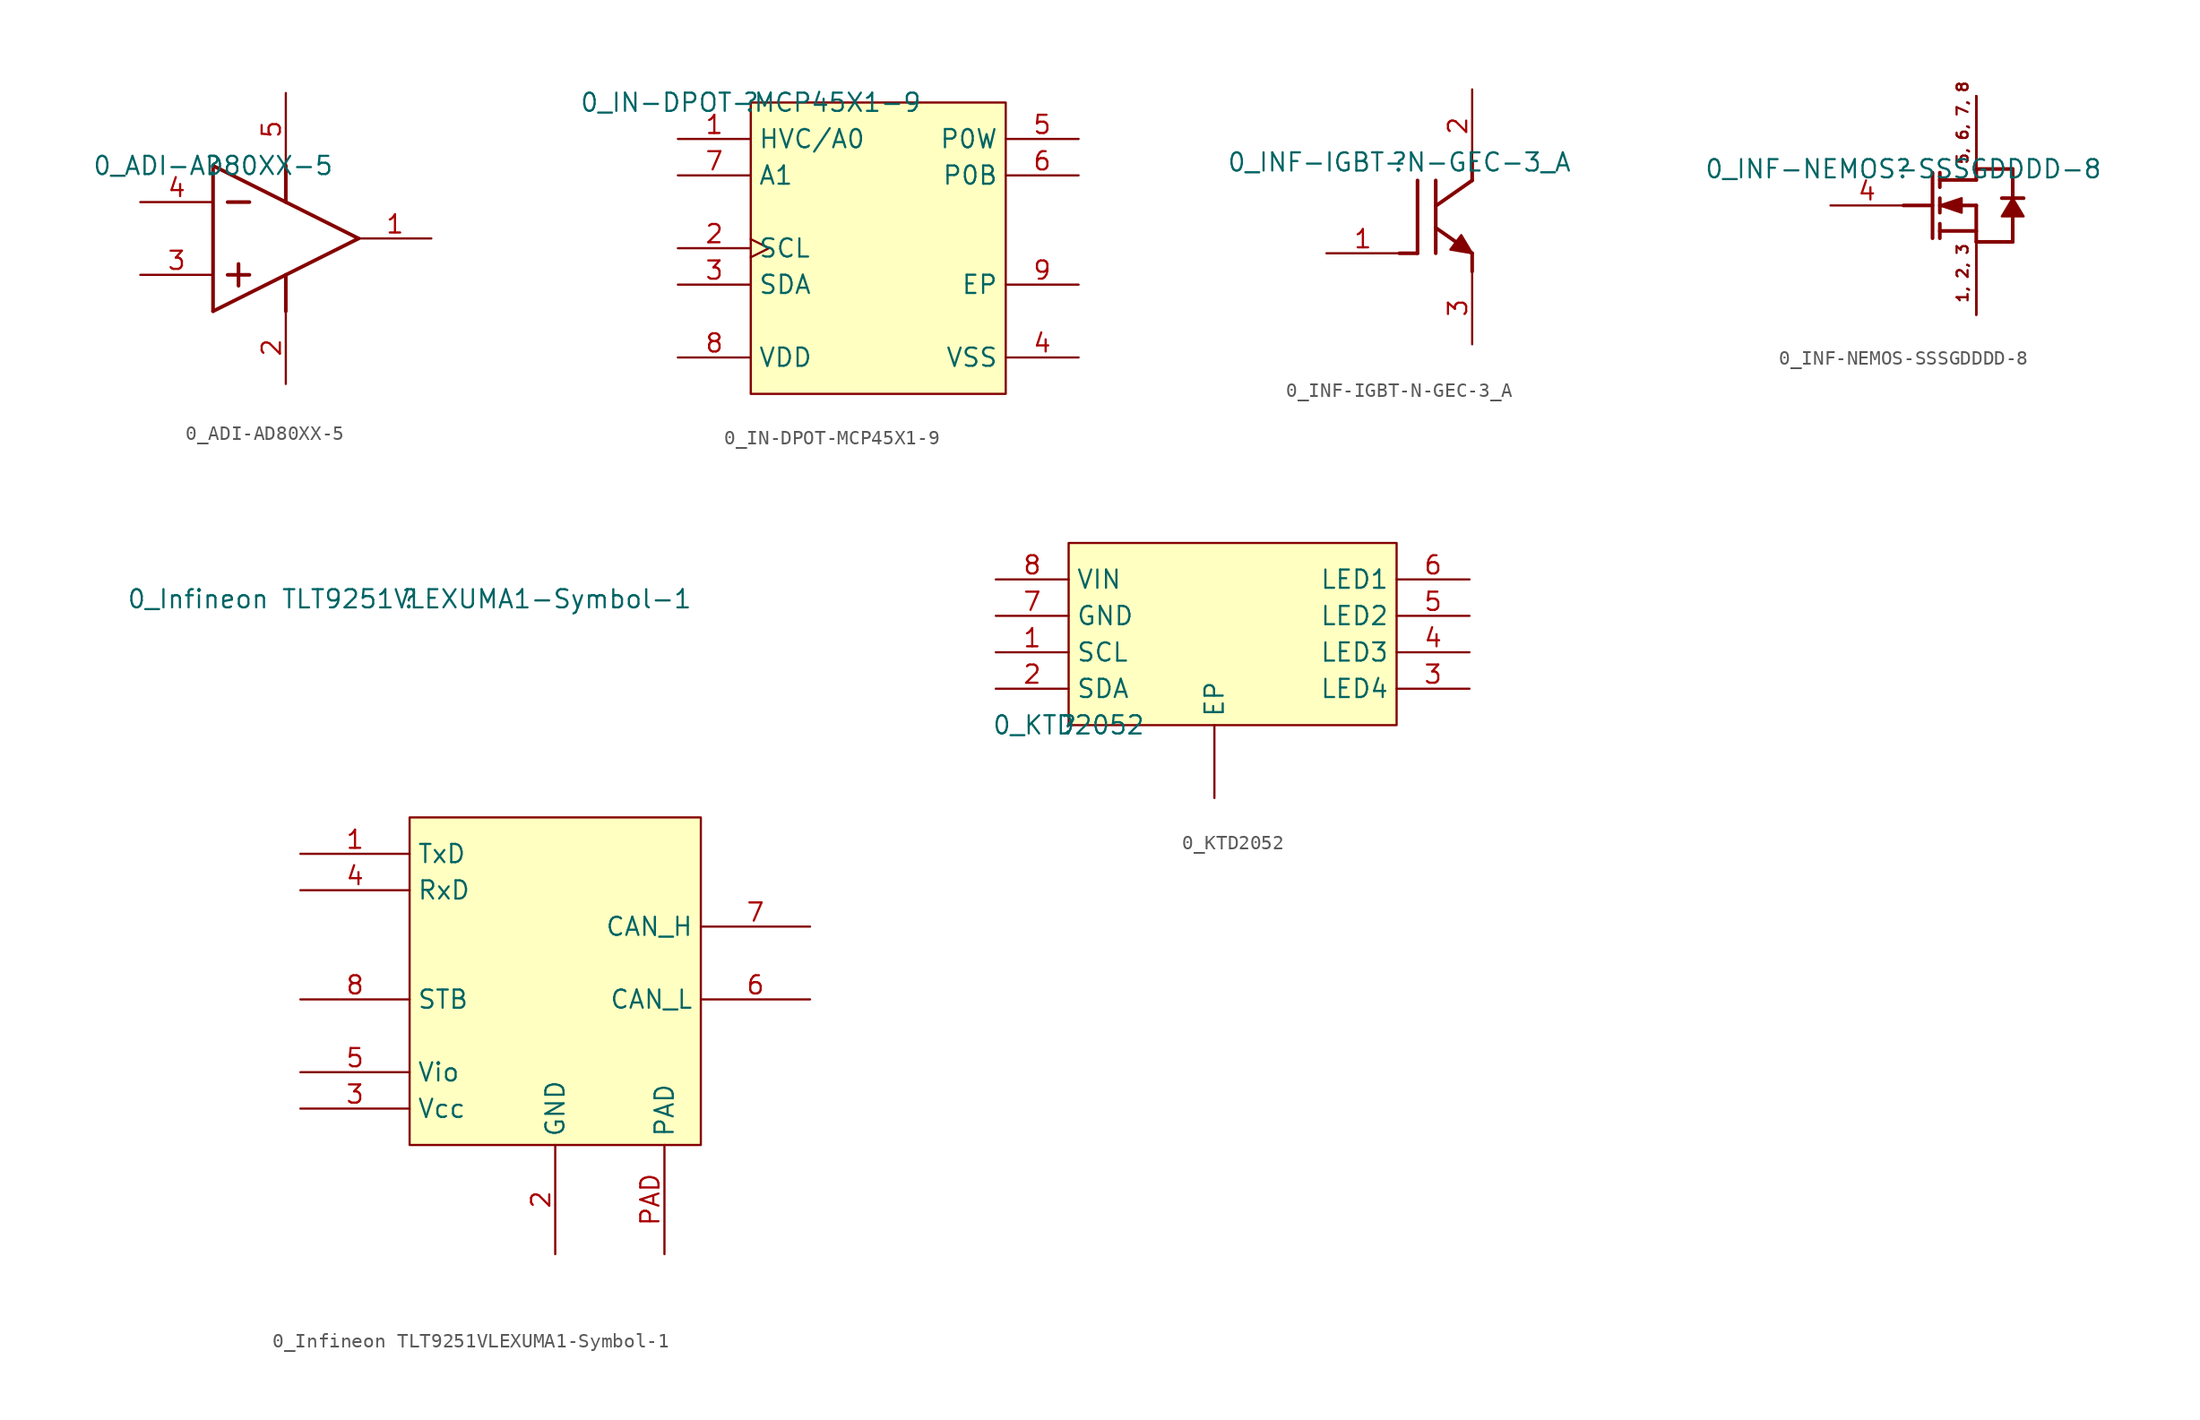
<source format=kicad_sym>
(kicad_symbol_lib
  (version 20211014)
  (generator kicad_symbol_editor)
  (symbol "0_ADI-AD80XX-5"
    (property "Reference" ""
      (at 0 0 0)
      (effects (font (size 1.27 1.27))))
    (property "Value" "0_ADI-AD80XX-5"
      (at 0 0 0)
      (effects (font (size 1.27 1.27))))
    (symbol "0_ADI-AD80XX-5_1_0"
      (polyline (pts (xy 0 -10.16) (xy 10.16 -5.08)) (stroke (width 0.254) (type default) (color 0 0 0 0)) (fill (type none)))
      (polyline (pts (xy 0 0) (xy 0 -10.16)) (stroke (width 0.254) (type default) (color 0 0 0 0)) (fill (type none)))
      (polyline (pts (xy 0 0) (xy 10.16 -5.08)) (stroke (width 0.254) (type default) (color 0 0 0 0)) (fill (type none)))
      (polyline (pts (xy 1.016 -7.62) (xy 2.54 -7.62)) (stroke (width 0.254) (type default) (color 0 0 0 0)) (fill (type none)))
      (polyline (pts (xy 1.016 -2.54) (xy 2.54 -2.54)) (stroke (width 0.254) (type default) (color 0 0 0 0)) (fill (type none)))
      (polyline (pts (xy 1.778 -6.858) (xy 1.778 -8.382)) (stroke (width 0.254) (type default) (color 0 0 0 0)) (fill (type none)))
      (polyline (pts (xy 5.08 -7.62) (xy 5.08 -10.16)) (stroke (width 0.254) (type default) (color 0 0 0 0)) (fill (type none)))
      (polyline (pts (xy 5.08 0) (xy 5.08 -2.54)) (stroke (width 0.254) (type default) (color 0 0 0 0)) (fill (type none)))
      (pin output line (at 15.24 -5.08 180) (length 5.08) (name "VOUT" (effects (font (size 0 0)))) (number "1" (effects (font (size 1.27 1.27)))))
      (pin power_in line (at 5.08 -15.24 90) (length 5.08) (name "-VS" (effects (font (size 0 0)))) (number "2" (effects (font (size 1.27 1.27)))))
      (pin input line (at -5.08 -7.62 0) (length 5.08) (name "+IN" (effects (font (size 0 0)))) (number "3" (effects (font (size 1.27 1.27)))))
      (pin input line (at -5.08 -2.54 0) (length 5.08) (name "-IN" (effects (font (size 0 0)))) (number "4" (effects (font (size 1.27 1.27)))))
      (pin power_in line (at 5.08 5.08 270) (length 5.08) (name "+VS" (effects (font (size 0 0)))) (number "5" (effects (font (size 1.27 1.27)))))))
  (symbol "0_IN-DPOT-MCP45X1-9"
    (property "Reference" ""
      (at 0 0 0)
      (effects (font (size 1.27 1.27))))
    (property "Value" "0_IN-DPOT-MCP45X1-9"
      (at 0 0 0)
      (effects (font (size 1.27 1.27))))
    (symbol "0_IN-DPOT-MCP45X1-9_1_0"
      (rectangle (start 17.78 0) (end 0 -20.32) (stroke (width 0) (type default) (color 0 0 0 0)) (fill (type background)))
      (pin input line (at -5.08 -2.54 0) (length 5.08) (name "HVC/A0" (effects (font (size 1.27 1.27)))) (number "1" (effects (font (size 1.27 1.27)))))
      (pin input clock (at -5.08 -10.16 0) (length 5.08) (name "SCL" (effects (font (size 1.27 1.27)))) (number "2" (effects (font (size 1.27 1.27)))))
      (pin bidirectional line (at -5.08 -12.7 0) (length 5.08) (name "SDA" (effects (font (size 1.27 1.27)))) (number "3" (effects (font (size 1.27 1.27)))))
      (pin power_in line (at 22.86 -17.78 180) (length 5.08) (name "VSS" (effects (font (size 1.27 1.27)))) (number "4" (effects (font (size 1.27 1.27)))))
      (pin passive line (at 22.86 -2.54 180) (length 5.08) (name "P0W" (effects (font (size 1.27 1.27)))) (number "5" (effects (font (size 1.27 1.27)))))
      (pin passive line (at 22.86 -5.08 180) (length 5.08) (name "P0B" (effects (font (size 1.27 1.27)))) (number "6" (effects (font (size 1.27 1.27)))))
      (pin input line (at -5.08 -5.08 0) (length 5.08) (name "A1" (effects (font (size 1.27 1.27)))) (number "7" (effects (font (size 1.27 1.27)))))
      (pin power_in line (at -5.08 -17.78 0) (length 5.08) (name "VDD" (effects (font (size 1.27 1.27)))) (number "8" (effects (font (size 1.27 1.27)))))
      (pin passive line (at 22.86 -12.7 180) (length 5.08) (name "EP" (effects (font (size 1.27 1.27)))) (number "9" (effects (font (size 1.27 1.27)))))))
  (symbol "0_INF-IGBT-N-GEC-3_A"
    (property "Reference" ""
      (at 0 0 0)
      (effects (font (size 1.27 1.27))))
    (property "Value" "0_INF-IGBT-N-GEC-3_A"
      (at 0 0 0)
      (effects (font (size 1.27 1.27))))
    (symbol "0_INF-IGBT-N-GEC-3_A_1_0"
      (polyline (pts (xy 0 -6.35) (xy 1.27 -6.35)) (stroke (width 0.254) (type default) (color 0 0 0 0)) (fill (type none)))
      (polyline (pts (xy 1.27 -1.27) (xy 1.27 -6.35)) (stroke (width 0.254) (type default) (color 0 0 0 0)) (fill (type none)))
      (polyline (pts (xy 2.54 -4.572) (xy 5.08 -6.35)) (stroke (width 0.254) (type default) (color 0 0 0 0)) (fill (type none)))
      (polyline (pts (xy 2.54 -1.27) (xy 2.54 -6.35)) (stroke (width 0.254) (type default) (color 0 0 0 0)) (fill (type none)))
      (polyline (pts (xy 5.08 -6.35) (xy 5.08 -7.62)) (stroke (width 0.254) (type default) (color 0 0 0 0)) (fill (type none)))
      (polyline (pts (xy 5.08 -1.27) (xy 2.54 -3.048)) (stroke (width 0.254) (type default) (color 0 0 0 0)) (fill (type none)))
      (polyline (pts (xy 5.08 0) (xy 5.08 -1.27)) (stroke (width 0.254) (type default) (color 0 0 0 0)) (fill (type none)))
      (polyline (pts (xy 5.08 -6.35) (xy 4.318 -5.08) (xy 3.556 -6.096) (xy 5.08 -6.35)) (stroke (width 0) (type default) (color 0 0 0 0)) (fill (type outline)))
      (pin passive line (at -5.08 -6.35 0) (length 5.08) (name "G" (effects (font (size 0 0)))) (number "1" (effects (font (size 1.27 1.27)))))
      (pin passive line (at 5.08 5.08 270) (length 5.08) (name "C" (effects (font (size 0 0)))) (number "2" (effects (font (size 1.27 1.27)))))
      (pin passive line (at 5.08 -12.7 90) (length 5.08) (name "E" (effects (font (size 0 0)))) (number "3" (effects (font (size 1.27 1.27)))))))
  (symbol "0_INF-NEMOS-SSSGDDDD-8"
    (property "Reference" ""
      (at 0 0 0)
      (effects (font (size 1.27 1.27))))
    (property "Value" "0_INF-NEMOS-SSSGDDDD-8"
      (at 0 0 0)
      (effects (font (size 1.27 1.27))))
    (symbol "0_INF-NEMOS-SSSGDDDD-8_1_0"
      (polyline (pts (xy 0 -2.54) (xy 2.032 -2.54)) (stroke (width 0.254) (type default) (color 0 0 0 0)) (fill (type none)))
      (polyline (pts (xy 2.032 -0.254) (xy 2.032 -4.826)) (stroke (width 0.254) (type default) (color 0 0 0 0)) (fill (type none)))
      (polyline (pts (xy 2.54 -4.826) (xy 2.54 -3.81)) (stroke (width 0.254) (type default) (color 0 0 0 0)) (fill (type none)))
      (polyline (pts (xy 2.54 -3.048) (xy 2.54 -2.032)) (stroke (width 0.254) (type default) (color 0 0 0 0)) (fill (type none)))
      (polyline (pts (xy 2.54 -0.254) (xy 2.54 -1.27)) (stroke (width 0.254) (type default) (color 0 0 0 0)) (fill (type none)))
      (polyline (pts (xy 5.08 -5.08) (xy 7.62 -5.08)) (stroke (width 0.254) (type default) (color 0 0 0 0)) (fill (type none)))
      (polyline (pts (xy 5.08 -4.318) (xy 2.54 -4.318)) (stroke (width 0.254) (type default) (color 0 0 0 0)) (fill (type none)))
      (polyline (pts (xy 5.08 -2.54) (xy 2.54 -2.54)) (stroke (width 0.254) (type default) (color 0 0 0 0)) (fill (type none)))
      (polyline (pts (xy 5.08 -2.54) (xy 5.08 -5.08)) (stroke (width 0.254) (type default) (color 0 0 0 0)) (fill (type none)))
      (polyline (pts (xy 5.08 -0.762) (xy 2.54 -0.762)) (stroke (width 0.254) (type default) (color 0 0 0 0)) (fill (type none)))
      (polyline (pts (xy 5.08 -0.762) (xy 5.08 0)) (stroke (width 0.254) (type default) (color 0 0 0 0)) (fill (type none)))
      (polyline (pts (xy 5.08 0) (xy 7.62 0)) (stroke (width 0.254) (type default) (color 0 0 0 0)) (fill (type none)))
      (polyline (pts (xy 6.858 -2.032) (xy 8.382 -2.032)) (stroke (width 0.254) (type default) (color 0 0 0 0)) (fill (type none)))
      (polyline (pts (xy 7.62 -5.08) (xy 7.62 -3.302)) (stroke (width 0.254) (type default) (color 0 0 0 0)) (fill (type none)))
      (polyline (pts (xy 7.62 0) (xy 7.62 -2.032)) (stroke (width 0.254) (type default) (color 0 0 0 0)) (fill (type none)))
      (polyline (pts (xy 2.54 -2.54) (xy 4.064 -3.048) (xy 4.064 -2.032) (xy 2.54 -2.54)) (stroke (width 0) (type default) (color 0 0 0 0)) (fill (type outline)))
      (polyline (pts (xy 7.62 -2.032) (xy 6.858 -3.302) (xy 8.382 -3.302) (xy 7.62 -2.032)) (stroke (width 0) (type default) (color 0 0 0 0)) (fill (type outline)))
      (text "1, 2, 3" (at 4.572 -9.398 900) (effects (font (size 0.762 0.762)) (justify left bottom)))
      (text "5, 6, 7, 8" (at 4.572 0.254 900) (effects (font (size 0.762 0.762)) (justify left bottom)))
      (pin passive line (at 5.08 -10.16 90) (length 5.08) (name "SOURCE" (effects (font (size 0 0)))) (number "1" (effects (font (size 0 0)))))
      (pin passive line (at 5.08 -10.16 90) (length 5.08) (name "SOURCE" (effects (font (size 0 0)))) (number "2" (effects (font (size 0 0)))))
      (pin passive line (at 5.08 -10.16 90) (length 5.08) (name "SOURCE" (effects (font (size 0 0)))) (number "3" (effects (font (size 0 0)))))
      (pin passive line (at -5.08 -2.54 0) (length 5.08) (name "GATE" (effects (font (size 0 0)))) (number "4" (effects (font (size 1.27 1.27)))))
      (pin passive line (at 5.08 5.08 270) (length 5.08) (name "DRAIN" (effects (font (size 0 0)))) (number "5" (effects (font (size 0 0)))))
      (pin passive line (at 5.08 5.08 270) (length 5.08) (name "DRAIN" (effects (font (size 0 0)))) (number "6" (effects (font (size 0 0)))))
      (pin passive line (at 5.08 5.08 270) (length 5.08) (name "DRAIN" (effects (font (size 0 0)))) (number "7" (effects (font (size 0 0)))))
      (pin passive line (at 5.08 5.08 270) (length 5.08) (name "DRAIN" (effects (font (size 0 0)))) (number "8" (effects (font (size 0 0)))))))
  (symbol "0_Infineon TLT9251VLEXUMA1-Symbol-1"
    (property "Reference" ""
      (at 0 0 0)
      (effects (font (size 1.27 1.27))))
    (property "Value" "0_Infineon TLT9251VLEXUMA1-Symbol-1"
      (at 0 0 0)
      (effects (font (size 1.27 1.27))))
    (symbol "0_Infineon TLT9251VLEXUMA1-Symbol-1_1_0"
      (rectangle (start 20.32 -15.24) (end 0 -38.1) (stroke (width 0) (type default) (color 0 0 0 0)) (fill (type background)))
      (pin passive line (at -7.62 -17.78 0) (length 7.62) (name "TxD" (effects (font (size 1.27 1.27)))) (number "1" (effects (font (size 1.27 1.27)))))
      (pin passive line (at 10.16 -45.72 90) (length 7.62) (name "GND" (effects (font (size 1.27 1.27)))) (number "2" (effects (font (size 1.27 1.27)))))
      (pin passive line (at -7.62 -35.56 0) (length 7.62) (name "Vcc" (effects (font (size 1.27 1.27)))) (number "3" (effects (font (size 1.27 1.27)))))
      (pin passive line (at -7.62 -20.32 0) (length 7.62) (name "RxD" (effects (font (size 1.27 1.27)))) (number "4" (effects (font (size 1.27 1.27)))))
      (pin passive line (at -7.62 -33.02 0) (length 7.62) (name "Vio" (effects (font (size 1.27 1.27)))) (number "5" (effects (font (size 1.27 1.27)))))
      (pin passive line (at 27.94 -27.94 180) (length 7.62) (name "CAN_L" (effects (font (size 1.27 1.27)))) (number "6" (effects (font (size 1.27 1.27)))))
      (pin passive line (at 27.94 -22.86 180) (length 7.62) (name "CAN_H" (effects (font (size 1.27 1.27)))) (number "7" (effects (font (size 1.27 1.27)))))
      (pin passive line (at -7.62 -27.94 0) (length 7.62) (name "STB" (effects (font (size 1.27 1.27)))) (number "8" (effects (font (size 1.27 1.27)))))
      (pin passive line (at 17.78 -45.72 90) (length 7.62) (name "PAD" (effects (font (size 1.27 1.27)))) (number "PAD" (effects (font (size 1.27 1.27)))))))
  (symbol "0_KTD2052"
    (property "Reference" ""
      (at 0 0 0)
      (effects (font (size 1.27 1.27))))
    (property "Value" "0_KTD2052"
      (at 0 0 0)
      (effects (font (size 1.27 1.27))))
    (symbol "0_KTD2052_1_0"
      (rectangle (start 22.86 12.7) (end 0 0) (stroke (width 0) (type default) (color 0 0 0 0)) (fill (type background)))
      (pin input line (at -5.08 5.08 0) (length 5.08) (name "SCL" (effects (font (size 1.27 1.27)))) (number "1" (effects (font (size 1.27 1.27)))))
      (pin bidirectional line (at -5.08 2.54 0) (length 5.08) (name "SDA" (effects (font (size 1.27 1.27)))) (number "2" (effects (font (size 1.27 1.27)))))
      (pin output line (at 27.94 2.54 180) (length 5.08) (name "LED4" (effects (font (size 1.27 1.27)))) (number "3" (effects (font (size 1.27 1.27)))))
      (pin output line (at 27.94 5.08 180) (length 5.08) (name "LED3" (effects (font (size 1.27 1.27)))) (number "4" (effects (font (size 1.27 1.27)))))
      (pin output line (at 27.94 7.62 180) (length 5.08) (name "LED2" (effects (font (size 1.27 1.27)))) (number "5" (effects (font (size 1.27 1.27)))))
      (pin output line (at 27.94 10.16 180) (length 5.08) (name "LED1" (effects (font (size 1.27 1.27)))) (number "6" (effects (font (size 1.27 1.27)))))
      (pin power_in line (at -5.08 7.62 0) (length 5.08) (name "GND" (effects (font (size 1.27 1.27)))) (number "7" (effects (font (size 1.27 1.27)))))
      (pin power_in line (at -5.08 10.16 0) (length 5.08) (name "VIN" (effects (font (size 1.27 1.27)))) (number "8" (effects (font (size 1.27 1.27)))))
      (pin passive line (at 10.16 -5.08 90) (length 5.08) (name "EP" (effects (font (size 1.27 1.27)))) (number "EP" (effects (font (size 0 0))))))))
</source>
